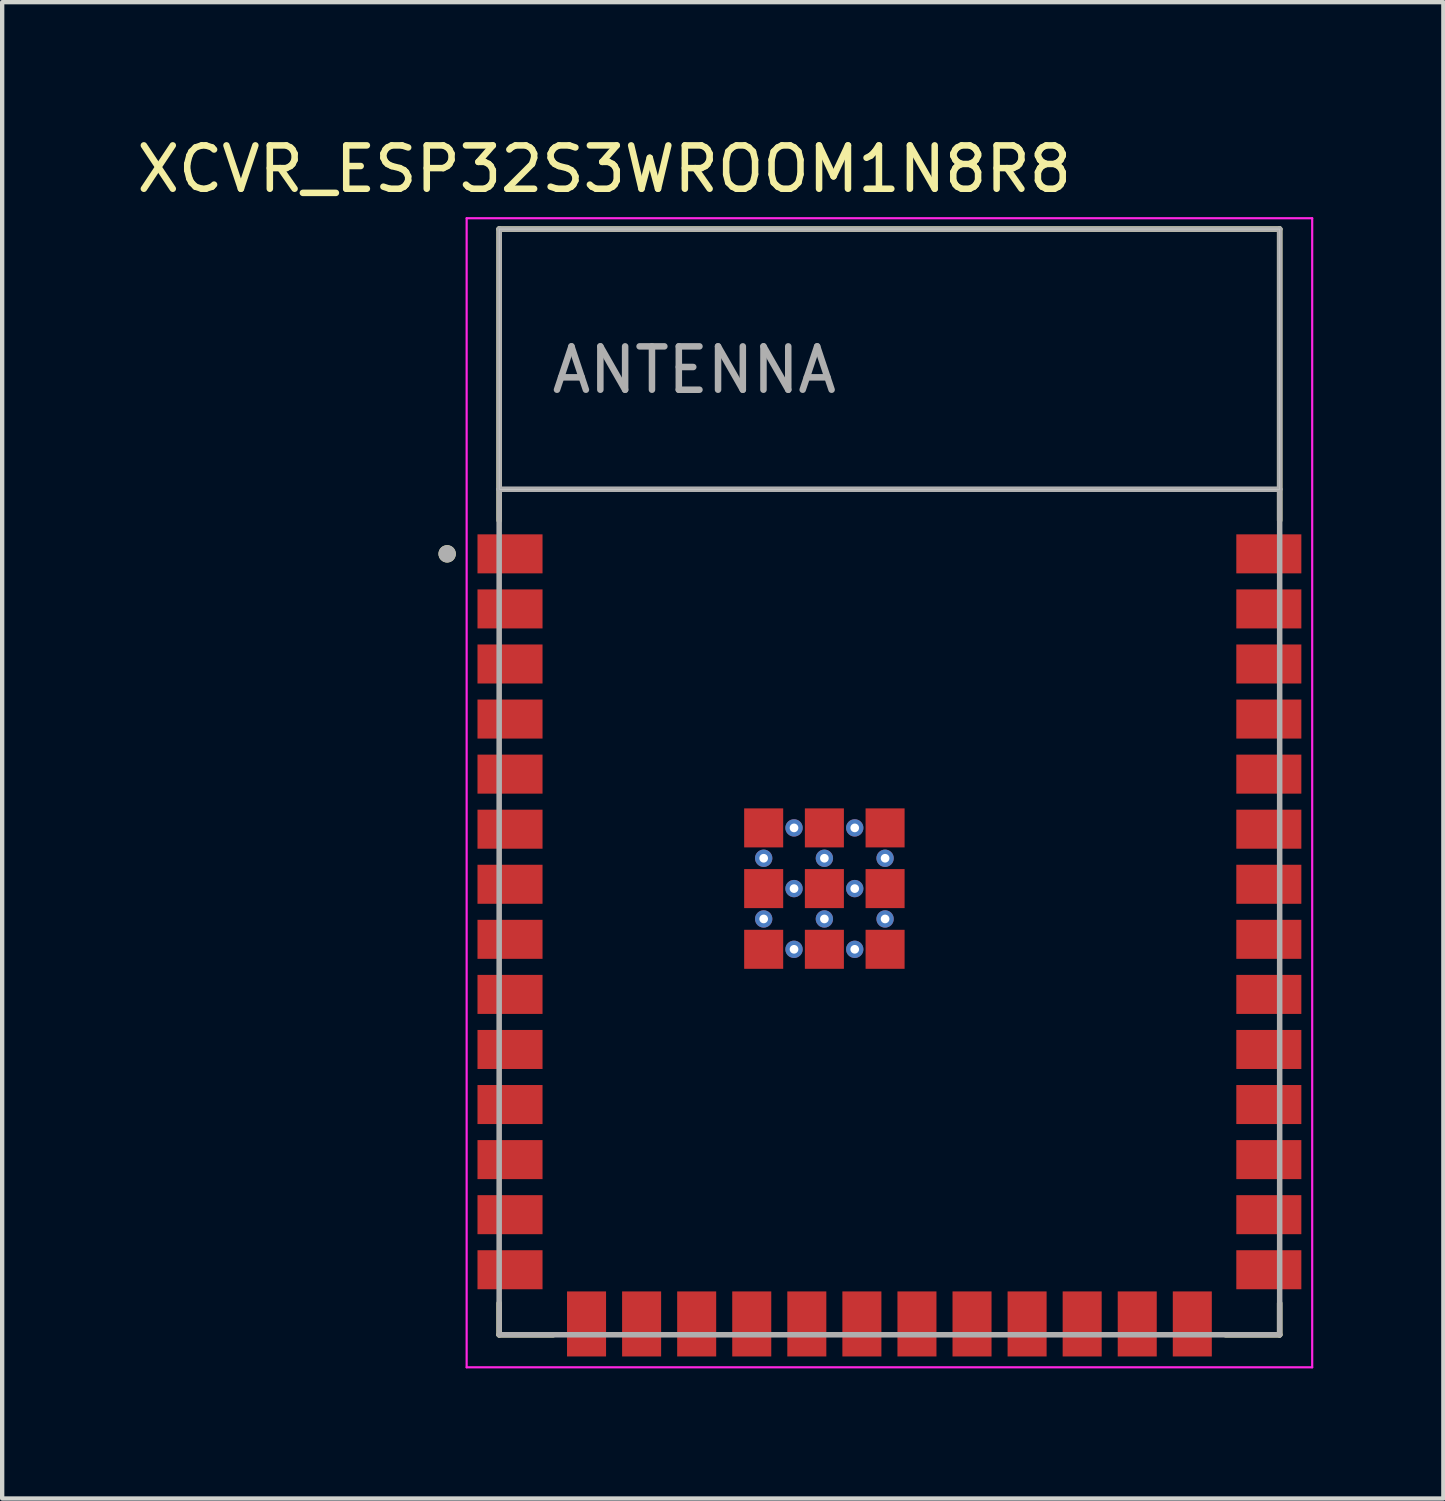
<source format=kicad_pcb>
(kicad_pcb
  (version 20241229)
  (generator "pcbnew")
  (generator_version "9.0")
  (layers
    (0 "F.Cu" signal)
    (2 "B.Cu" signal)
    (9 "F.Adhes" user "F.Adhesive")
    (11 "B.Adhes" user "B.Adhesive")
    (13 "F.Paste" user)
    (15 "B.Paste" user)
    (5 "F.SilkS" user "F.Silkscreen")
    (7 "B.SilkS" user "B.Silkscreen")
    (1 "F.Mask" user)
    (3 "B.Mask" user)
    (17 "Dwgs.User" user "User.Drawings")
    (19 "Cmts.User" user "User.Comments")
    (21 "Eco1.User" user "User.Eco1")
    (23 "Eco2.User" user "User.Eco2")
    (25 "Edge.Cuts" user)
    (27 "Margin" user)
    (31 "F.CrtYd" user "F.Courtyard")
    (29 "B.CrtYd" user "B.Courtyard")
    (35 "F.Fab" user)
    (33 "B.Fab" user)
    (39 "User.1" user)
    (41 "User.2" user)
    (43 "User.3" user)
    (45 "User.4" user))
  (footprint "XCVR_ESP32S3WROOM1N8R8"
    (layer "F.Cu")
    (at 17.462 14.983)
    (property "Reference" "XCVR_ESP32S3WROOM1N8R8" (at -6.575 -14.135 0) (layer "F.SilkS") (effects (font (size 1 1) (thickness 0.15))))
    (attr through_hole)
    (fp_line (start -9 -12.75) (end 9 -12.75) (stroke (width 0.127) (type solid)) (layer "F.SilkS"))
    (fp_line (start -9 -6.03) (end -9 -12.75) (stroke (width 0.127) (type solid)) (layer "F.SilkS"))
    (fp_line (start -9 12.02) (end -9 12.75) (stroke (width 0.127) (type solid)) (layer "F.SilkS"))
    (fp_line (start -9 12.75) (end -7.755 12.75) (stroke (width 0.127) (type solid)) (layer "F.SilkS"))
    (fp_line (start 9 -12.75) (end 9 -6.03) (stroke (width 0.127) (type solid)) (layer "F.SilkS"))
    (fp_line (start 9 12.02) (end 9 12.75) (stroke (width 0.127) (type solid)) (layer "F.SilkS"))
    (fp_line (start 9 12.75) (end 7.755 12.75) (stroke (width 0.127) (type solid)) (layer "F.SilkS"))
    (fp_circle (center -10.2 -5.26) (end -10.1 -5.26) (stroke (width 0.2) (type solid)) (fill no) (layer "F.SilkS"))
    (fp_poly (pts (xy -9 -12.75) (xy 9 -12.75) (xy 9 -6.75) (xy -9 -6.75)) (stroke (width 0.01) (type solid)) (fill no) (layer "Dwgs.User"))
    (fp_poly (pts (xy -9 -12.75) (xy 9 -12.75) (xy 9 -6.75) (xy -9 -6.75)) (stroke (width 0.01) (type solid)) (fill no) (layer "Dwgs.User"))
    (fp_poly (pts (xy -9 -12.75) (xy 9 -12.75) (xy 9 -6.75) (xy -9 -6.75)) (stroke (width 0.01) (type solid)) (fill no) (layer "Dwgs.User"))
    (fp_line (start -9.75 -13) (end 9.75 -13) (stroke (width 0.05) (type solid)) (layer "F.CrtYd"))
    (fp_line (start -9.75 13.5) (end -9.75 -13) (stroke (width 0.05) (type solid)) (layer "F.CrtYd"))
    (fp_line (start -9.75 13.5) (end 9.75 13.5) (stroke (width 0.05) (type solid)) (layer "F.CrtYd"))
    (fp_line (start 9.75 -13) (end 9.75 13.5) (stroke (width 0.05) (type solid)) (layer "F.CrtYd"))
    (fp_line (start -9 -12.75) (end 9 -12.75) (stroke (width 0.127) (type solid)) (layer "F.Fab"))
    (fp_line (start -9 -6.75) (end -9 -12.75) (stroke (width 0.127) (type solid)) (layer "F.Fab"))
    (fp_line (start -9 -6.75) (end 9 -6.75) (stroke (width 0.127) (type solid)) (layer "F.Fab"))
    (fp_line (start -9 12.75) (end -9 -6.75) (stroke (width 0.127) (type solid)) (layer "F.Fab"))
    (fp_line (start 9 -12.75) (end 9 -6.75) (stroke (width 0.127) (type solid)) (layer "F.Fab"))
    (fp_line (start 9 -6.75) (end 9 12.75) (stroke (width 0.127) (type solid)) (layer "F.Fab"))
    (fp_line (start 9 12.75) (end -9 12.75) (stroke (width 0.127) (type solid)) (layer "F.Fab"))
    (fp_circle (center -10.2 -5.26) (end -10.1 -5.26) (stroke (width 0.2) (type solid)) (fill no) (layer "F.Fab"))
    (fp_text user "ANTENNA" (at -4.5 -9.5 0) (layer "F.Fab") (effects (font (size 1 1) (thickness 0.15))))
    (pad "1" smd rect (at -8.75 -5.26) (size 1.5 0.9) (layers "F.Cu" "F.Mask" "F.Paste"))
    (pad "2" smd rect (at -8.75 -3.99) (size 1.5 0.9) (layers "F.Cu" "F.Mask" "F.Paste"))
    (pad "3" smd rect (at -8.75 -2.72) (size 1.5 0.9) (layers "F.Cu" "F.Mask" "F.Paste"))
    (pad "4" smd rect (at -8.75 -1.45) (size 1.5 0.9) (layers "F.Cu" "F.Mask" "F.Paste"))
    (pad "5" smd rect (at -8.75 -0.18) (size 1.5 0.9) (layers "F.Cu" "F.Mask" "F.Paste"))
    (pad "6" smd rect (at -8.75 1.09) (size 1.5 0.9) (layers "F.Cu" "F.Mask" "F.Paste"))
    (pad "7" smd rect (at -8.75 2.36) (size 1.5 0.9) (layers "F.Cu" "F.Mask" "F.Paste"))
    (pad "8" smd rect (at -8.75 3.63) (size 1.5 0.9) (layers "F.Cu" "F.Mask" "F.Paste"))
    (pad "9" smd rect (at -8.75 4.9) (size 1.5 0.9) (layers "F.Cu" "F.Mask" "F.Paste"))
    (pad "10" smd rect (at -8.75 6.17) (size 1.5 0.9) (layers "F.Cu" "F.Mask" "F.Paste"))
    (pad "11" smd rect (at -8.75 7.44) (size 1.5 0.9) (layers "F.Cu" "F.Mask" "F.Paste"))
    (pad "12" smd rect (at -8.75 8.71) (size 1.5 0.9) (layers "F.Cu" "F.Mask" "F.Paste"))
    (pad "13" smd rect (at -8.75 9.98) (size 1.5 0.9) (layers "F.Cu" "F.Mask" "F.Paste"))
    (pad "14" smd rect (at -8.75 11.25) (size 1.5 0.9) (layers "F.Cu" "F.Mask" "F.Paste"))
    (pad "15" smd rect (at -6.985 12.5) (size 0.9 1.5) (layers "F.Cu" "F.Mask" "F.Paste"))
    (pad "16" smd rect (at -5.715 12.5) (size 0.9 1.5) (layers "F.Cu" "F.Mask" "F.Paste"))
    (pad "17" smd rect (at -4.445 12.5) (size 0.9 1.5) (layers "F.Cu" "F.Mask" "F.Paste"))
    (pad "18" smd rect (at -3.175 12.5) (size 0.9 1.5) (layers "F.Cu" "F.Mask" "F.Paste"))
    (pad "19" smd rect (at -1.905 12.5) (size 0.9 1.5) (layers "F.Cu" "F.Mask" "F.Paste"))
    (pad "20" smd rect (at -0.635 12.5) (size 0.9 1.5) (layers "F.Cu" "F.Mask" "F.Paste"))
    (pad "21" smd rect (at 0.635 12.5) (size 0.9 1.5) (layers "F.Cu" "F.Mask" "F.Paste"))
    (pad "22" smd rect (at 1.905 12.5) (size 0.9 1.5) (layers "F.Cu" "F.Mask" "F.Paste"))
    (pad "23" smd rect (at 3.175 12.5) (size 0.9 1.5) (layers "F.Cu" "F.Mask" "F.Paste"))
    (pad "24" smd rect (at 4.445 12.5) (size 0.9 1.5) (layers "F.Cu" "F.Mask" "F.Paste"))
    (pad "25" smd rect (at 5.715 12.5) (size 0.9 1.5) (layers "F.Cu" "F.Mask" "F.Paste"))
    (pad "26" smd rect (at 6.985 12.5) (size 0.9 1.5) (layers "F.Cu" "F.Mask" "F.Paste"))
    (pad "27" smd rect (at 8.75 11.25) (size 1.5 0.9) (layers "F.Cu" "F.Mask" "F.Paste"))
    (pad "28" smd rect (at 8.75 9.98) (size 1.5 0.9) (layers "F.Cu" "F.Mask" "F.Paste"))
    (pad "29" smd rect (at 8.75 8.71) (size 1.5 0.9) (layers "F.Cu" "F.Mask" "F.Paste"))
    (pad "30" smd rect (at 8.75 7.44) (size 1.5 0.9) (layers "F.Cu" "F.Mask" "F.Paste"))
    (pad "31" smd rect (at 8.75 6.17) (size 1.5 0.9) (layers "F.Cu" "F.Mask" "F.Paste"))
    (pad "32" smd rect (at 8.75 4.9) (size 1.5 0.9) (layers "F.Cu" "F.Mask" "F.Paste"))
    (pad "33" smd rect (at 8.75 3.63) (size 1.5 0.9) (layers "F.Cu" "F.Mask" "F.Paste"))
    (pad "34" smd rect (at 8.75 2.36) (size 1.5 0.9) (layers "F.Cu" "F.Mask" "F.Paste"))
    (pad "35" smd rect (at 8.75 1.09) (size 1.5 0.9) (layers "F.Cu" "F.Mask" "F.Paste"))
    (pad "36" smd rect (at 8.75 -0.18) (size 1.5 0.9) (layers "F.Cu" "F.Mask" "F.Paste"))
    (pad "37" smd rect (at 8.75 -1.45) (size 1.5 0.9) (layers "F.Cu" "F.Mask" "F.Paste"))
    (pad "38" smd rect (at 8.75 -2.72) (size 1.5 0.9) (layers "F.Cu" "F.Mask" "F.Paste"))
    (pad "39" smd rect (at 8.75 -3.99) (size 1.5 0.9) (layers "F.Cu" "F.Mask" "F.Paste"))
    (pad "40" smd rect (at 8.75 -5.26) (size 1.5 0.9) (layers "F.Cu" "F.Mask" "F.Paste"))
    (pad "41_1" smd rect (at -1.5 2.46) (size 0.9 0.9) (layers "F.Cu" "F.Mask" "F.Paste"))
    (pad "41_2" smd rect (at -2.9 2.46) (size 0.9 0.9) (layers "F.Cu" "F.Mask" "F.Paste"))
    (pad "41_3" smd rect (at -0.1 2.46) (size 0.9 0.9) (layers "F.Cu" "F.Mask" "F.Paste"))
    (pad "41_4" smd rect (at -2.9 3.86) (size 0.9 0.9) (layers "F.Cu" "F.Mask" "F.Paste"))
    (pad "41_5" smd rect (at -1.5 3.86) (size 0.9 0.9) (layers "F.Cu" "F.Mask" "F.Paste"))
    (pad "41_6" smd rect (at -0.1 3.86) (size 0.9 0.9) (layers "F.Cu" "F.Mask" "F.Paste"))
    (pad "41_7" smd rect (at -2.9 1.06) (size 0.9 0.9) (layers "F.Cu" "F.Mask" "F.Paste"))
    (pad "41_8" smd rect (at -1.5 1.06) (size 0.9 0.9) (layers "F.Cu" "F.Mask" "F.Paste"))
    (pad "41_9" smd rect (at -0.1 1.06) (size 0.9 0.9) (layers "F.Cu" "F.Mask" "F.Paste"))
    (pad "41_10" thru_hole circle (at -1.5 1.76) (size 0.4 0.4) (drill 0.2) (layers "*.Cu"))
    (pad "41_11" thru_hole circle (at -2.9 1.76) (size 0.4 0.4) (drill 0.2) (layers "*.Cu"))
    (pad "41_12" thru_hole circle (at -0.1 1.76) (size 0.4 0.4) (drill 0.2) (layers "*.Cu"))
    (pad "41_13" thru_hole circle (at -2.9 3.16) (size 0.4 0.4) (drill 0.2) (layers "*.Cu"))
    (pad "41_14" thru_hole circle (at -1.5 3.16) (size 0.4 0.4) (drill 0.2) (layers "*.Cu"))
    (pad "41_15" thru_hole circle (at -0.1 3.16) (size 0.4 0.4) (drill 0.2) (layers "*.Cu"))
    (pad "41_16" thru_hole circle (at -2.2 1.06) (size 0.4 0.4) (drill 0.2) (layers "*.Cu"))
    (pad "41_17" thru_hole circle (at -0.8 1.06) (size 0.4 0.4) (drill 0.2) (layers "*.Cu"))
    (pad "41_18" thru_hole circle (at -2.2 2.46) (size 0.4 0.4) (drill 0.2) (layers "*.Cu"))
    (pad "41_19" thru_hole circle (at -0.8 2.46) (size 0.4 0.4) (drill 0.2) (layers "*.Cu"))
    (pad "41_20" thru_hole circle (at -2.2 3.86) (size 0.4 0.4) (drill 0.2) (layers "*.Cu"))
    (pad "41_21" thru_hole circle (at -0.8 3.86) (size 0.4 0.4) (drill 0.2) (layers "*.Cu")))
  (gr_rect
    (start -3 -3)
    (end 30.237 31.508)
    (stroke (width 0.1) (type default))
    (fill no)
    (layer "Edge.Cuts")))
</source>
